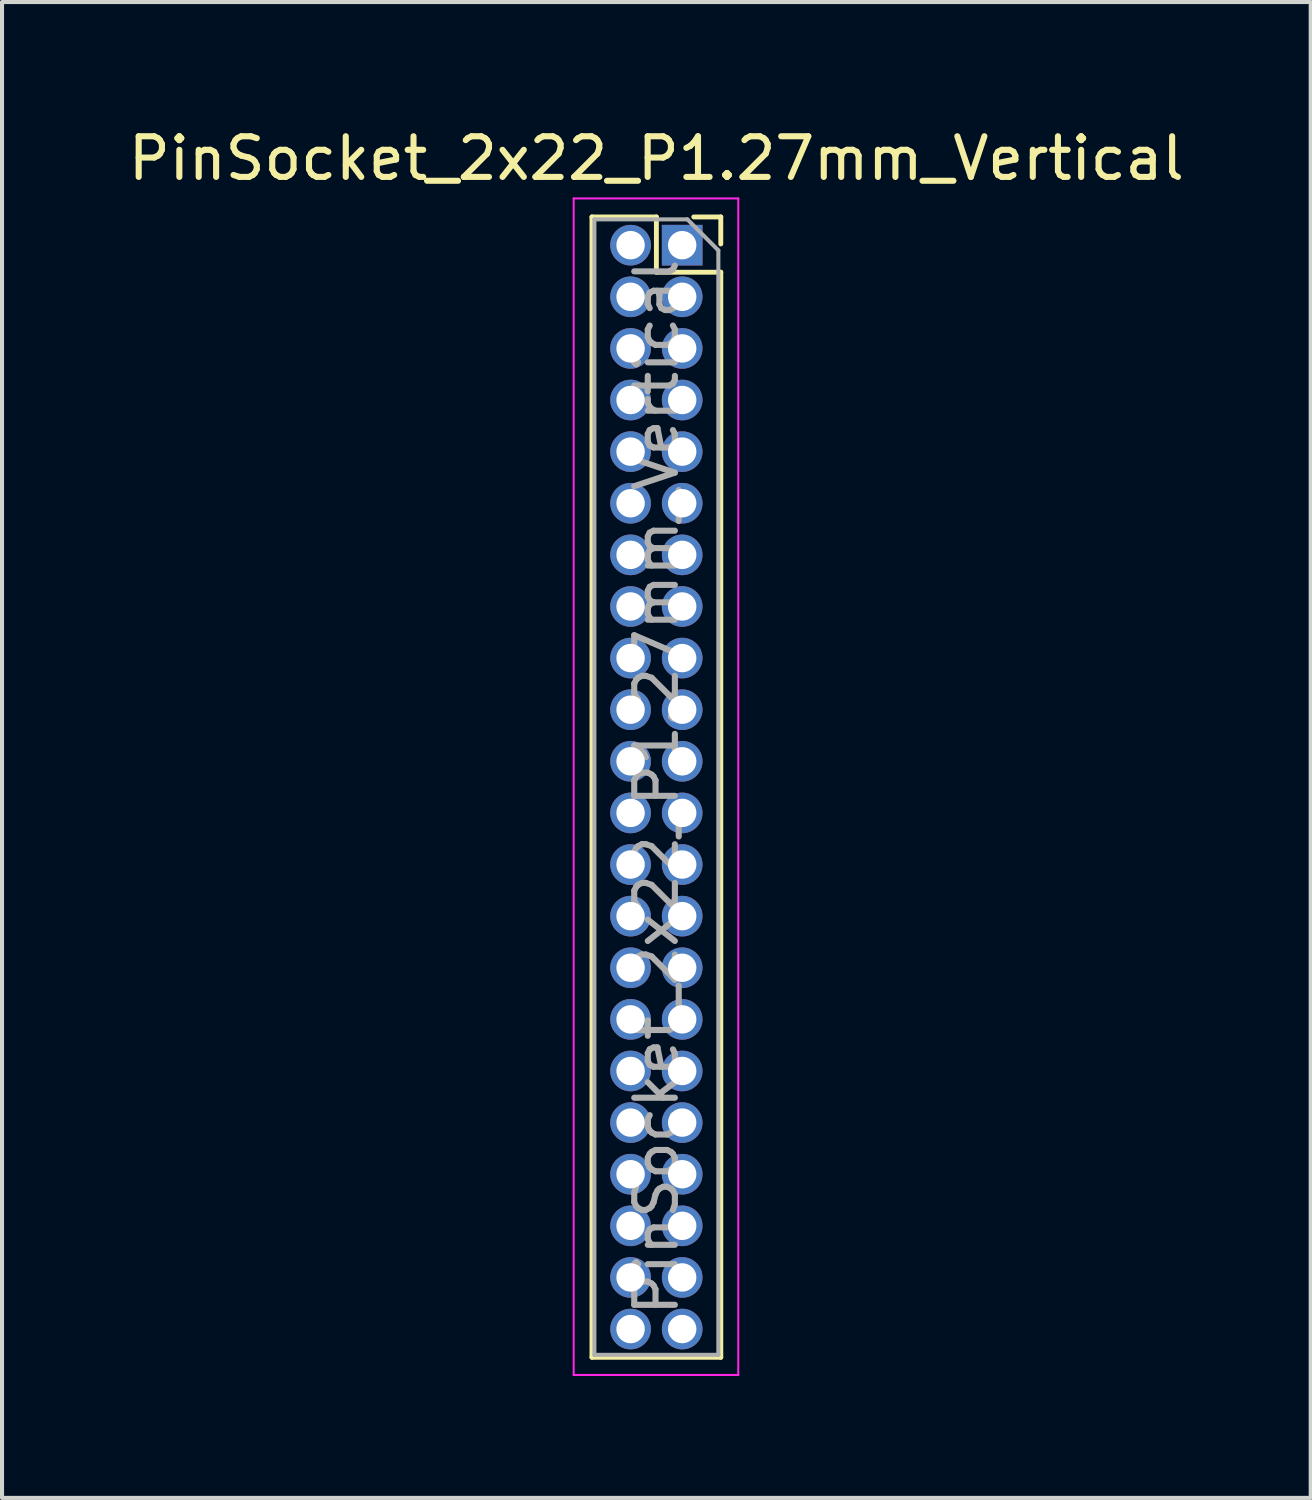
<source format=kicad_pcb>
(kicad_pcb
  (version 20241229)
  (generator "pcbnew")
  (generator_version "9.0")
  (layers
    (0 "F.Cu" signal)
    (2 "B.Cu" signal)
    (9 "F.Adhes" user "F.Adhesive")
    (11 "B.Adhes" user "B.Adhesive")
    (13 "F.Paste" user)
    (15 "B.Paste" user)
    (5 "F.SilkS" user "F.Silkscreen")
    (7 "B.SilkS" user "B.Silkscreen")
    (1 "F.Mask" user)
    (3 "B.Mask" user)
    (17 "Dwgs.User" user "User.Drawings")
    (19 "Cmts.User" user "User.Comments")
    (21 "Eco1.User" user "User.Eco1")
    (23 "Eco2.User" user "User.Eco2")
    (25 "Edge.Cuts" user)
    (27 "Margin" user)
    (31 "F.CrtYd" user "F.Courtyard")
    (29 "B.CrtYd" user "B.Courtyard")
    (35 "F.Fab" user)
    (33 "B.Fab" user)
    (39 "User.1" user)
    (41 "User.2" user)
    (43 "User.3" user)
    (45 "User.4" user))
  (footprint "PinSocket_2x22_P1.27mm_Vertical"
    (layer "F.Cu")
    (at 13.736 2.983)
    (property "Reference" "PinSocket_2x22_P1.27mm_Vertical" (at -0.635 -2.135 0) (layer "F.SilkS") (effects (font (size 1 1) (thickness 0.15))))
    (attr through_hole)
    (fp_line (start -2.22 -0.695) (end -2.22 27.365) (stroke (width 0.12) (type solid)) (layer "F.SilkS"))
    (fp_line (start -2.22 27.365) (end 0.95 27.365) (stroke (width 0.12) (type solid)) (layer "F.SilkS"))
    (fp_line (start -0.635 -0.695) (end -2.22 -0.695) (stroke (width 0.12) (type solid)) (layer "F.SilkS"))
    (fp_line (start -0.635 0.665) (end -0.635 -0.695) (stroke (width 0.12) (type solid)) (layer "F.SilkS"))
    (fp_line (start 0.95 -0.695) (end 0.285 -0.695) (stroke (width 0.12) (type solid)) (layer "F.SilkS"))
    (fp_line (start 0.95 -0.03) (end 0.95 -0.695) (stroke (width 0.12) (type solid)) (layer "F.SilkS"))
    (fp_line (start 0.95 0.665) (end -0.635 0.665) (stroke (width 0.12) (type solid)) (layer "F.SilkS"))
    (fp_line (start 0.95 27.365) (end 0.95 0.665) (stroke (width 0.12) (type solid)) (layer "F.SilkS"))
    (fp_line (start -2.67 -1.15) (end 1.38 -1.15) (stroke (width 0.05) (type solid)) (layer "F.CrtYd"))
    (fp_line (start -2.67 27.8) (end -2.67 -1.15) (stroke (width 0.05) (type solid)) (layer "F.CrtYd"))
    (fp_line (start 1.38 -1.15) (end 1.38 27.8) (stroke (width 0.05) (type solid)) (layer "F.CrtYd"))
    (fp_line (start 1.38 27.8) (end -2.67 27.8) (stroke (width 0.05) (type solid)) (layer "F.CrtYd"))
    (fp_line (start -2.16 -0.635) (end 0.128 -0.635) (stroke (width 0.1) (type solid)) (layer "F.Fab"))
    (fp_line (start -2.16 27.305) (end -2.16 -0.635) (stroke (width 0.1) (type solid)) (layer "F.Fab"))
    (fp_line (start 0.128 -0.635) (end 0.89 0.128) (stroke (width 0.1) (type solid)) (layer "F.Fab"))
    (fp_line (start 0.89 0.128) (end 0.89 27.305) (stroke (width 0.1) (type solid)) (layer "F.Fab"))
    (fp_line (start 0.89 27.305) (end -2.16 27.305) (stroke (width 0.1) (type solid)) (layer "F.Fab"))
    (fp_text user "${REFERENCE}" (at -0.635 13.335 90) (layer "F.Fab") (effects (font (size 1 1) (thickness 0.15))))
    (pad "1" thru_hole rect (at 0 0) (size 1 1) (drill 0.7) (layers "*.Cu" "*.Mask"))
    (pad "2" thru_hole oval (at -1.27 0) (size 1 1) (drill 0.7) (layers "*.Cu" "*.Mask"))
    (pad "3" thru_hole oval (at 0 1.27) (size 1 1) (drill 0.7) (layers "*.Cu" "*.Mask"))
    (pad "4" thru_hole oval (at -1.27 1.27) (size 1 1) (drill 0.7) (layers "*.Cu" "*.Mask"))
    (pad "5" thru_hole oval (at 0 2.54) (size 1 1) (drill 0.7) (layers "*.Cu" "*.Mask"))
    (pad "6" thru_hole oval (at -1.27 2.54) (size 1 1) (drill 0.7) (layers "*.Cu" "*.Mask"))
    (pad "7" thru_hole oval (at 0 3.81) (size 1 1) (drill 0.7) (layers "*.Cu" "*.Mask"))
    (pad "8" thru_hole oval (at -1.27 3.81) (size 1 1) (drill 0.7) (layers "*.Cu" "*.Mask"))
    (pad "9" thru_hole oval (at 0 5.08) (size 1 1) (drill 0.7) (layers "*.Cu" "*.Mask"))
    (pad "10" thru_hole oval (at -1.27 5.08) (size 1 1) (drill 0.7) (layers "*.Cu" "*.Mask"))
    (pad "11" thru_hole oval (at 0 6.35) (size 1 1) (drill 0.7) (layers "*.Cu" "*.Mask"))
    (pad "12" thru_hole oval (at -1.27 6.35) (size 1 1) (drill 0.7) (layers "*.Cu" "*.Mask"))
    (pad "13" thru_hole oval (at 0 7.62) (size 1 1) (drill 0.7) (layers "*.Cu" "*.Mask"))
    (pad "14" thru_hole oval (at -1.27 7.62) (size 1 1) (drill 0.7) (layers "*.Cu" "*.Mask"))
    (pad "15" thru_hole oval (at 0 8.89) (size 1 1) (drill 0.7) (layers "*.Cu" "*.Mask"))
    (pad "16" thru_hole oval (at -1.27 8.89) (size 1 1) (drill 0.7) (layers "*.Cu" "*.Mask"))
    (pad "17" thru_hole oval (at 0 10.16) (size 1 1) (drill 0.7) (layers "*.Cu" "*.Mask"))
    (pad "18" thru_hole oval (at -1.27 10.16) (size 1 1) (drill 0.7) (layers "*.Cu" "*.Mask"))
    (pad "19" thru_hole oval (at 0 11.43) (size 1 1) (drill 0.7) (layers "*.Cu" "*.Mask"))
    (pad "20" thru_hole oval (at -1.27 11.43) (size 1 1) (drill 0.7) (layers "*.Cu" "*.Mask"))
    (pad "21" thru_hole oval (at 0 12.7) (size 1 1) (drill 0.7) (layers "*.Cu" "*.Mask"))
    (pad "22" thru_hole oval (at -1.27 12.7) (size 1 1) (drill 0.7) (layers "*.Cu" "*.Mask"))
    (pad "23" thru_hole oval (at 0 13.97) (size 1 1) (drill 0.7) (layers "*.Cu" "*.Mask"))
    (pad "24" thru_hole oval (at -1.27 13.97) (size 1 1) (drill 0.7) (layers "*.Cu" "*.Mask"))
    (pad "25" thru_hole oval (at 0 15.24) (size 1 1) (drill 0.7) (layers "*.Cu" "*.Mask"))
    (pad "26" thru_hole oval (at -1.27 15.24) (size 1 1) (drill 0.7) (layers "*.Cu" "*.Mask"))
    (pad "27" thru_hole oval (at 0 16.51) (size 1 1) (drill 0.7) (layers "*.Cu" "*.Mask"))
    (pad "28" thru_hole oval (at -1.27 16.51) (size 1 1) (drill 0.7) (layers "*.Cu" "*.Mask"))
    (pad "29" thru_hole oval (at 0 17.78) (size 1 1) (drill 0.7) (layers "*.Cu" "*.Mask"))
    (pad "30" thru_hole oval (at -1.27 17.78) (size 1 1) (drill 0.7) (layers "*.Cu" "*.Mask"))
    (pad "31" thru_hole oval (at 0 19.05) (size 1 1) (drill 0.7) (layers "*.Cu" "*.Mask"))
    (pad "32" thru_hole oval (at -1.27 19.05) (size 1 1) (drill 0.7) (layers "*.Cu" "*.Mask"))
    (pad "33" thru_hole oval (at 0 20.32) (size 1 1) (drill 0.7) (layers "*.Cu" "*.Mask"))
    (pad "34" thru_hole oval (at -1.27 20.32) (size 1 1) (drill 0.7) (layers "*.Cu" "*.Mask"))
    (pad "35" thru_hole oval (at 0 21.59) (size 1 1) (drill 0.7) (layers "*.Cu" "*.Mask"))
    (pad "36" thru_hole oval (at -1.27 21.59) (size 1 1) (drill 0.7) (layers "*.Cu" "*.Mask"))
    (pad "37" thru_hole oval (at 0 22.86) (size 1 1) (drill 0.7) (layers "*.Cu" "*.Mask"))
    (pad "38" thru_hole oval (at -1.27 22.86) (size 1 1) (drill 0.7) (layers "*.Cu" "*.Mask"))
    (pad "39" thru_hole oval (at 0 24.13) (size 1 1) (drill 0.7) (layers "*.Cu" "*.Mask"))
    (pad "40" thru_hole oval (at -1.27 24.13) (size 1 1) (drill 0.7) (layers "*.Cu" "*.Mask"))
    (pad "41" thru_hole oval (at 0 25.4) (size 1 1) (drill 0.7) (layers "*.Cu" "*.Mask"))
    (pad "42" thru_hole oval (at -1.27 25.4) (size 1 1) (drill 0.7) (layers "*.Cu" "*.Mask"))
    (pad "43" thru_hole oval (at 0 26.67) (size 1 1) (drill 0.7) (layers "*.Cu" "*.Mask"))
    (pad "44" thru_hole oval (at -1.27 26.67) (size 1 1) (drill 0.7) (layers "*.Cu" "*.Mask")))
  (gr_rect
    (start -3 -3)
    (end 29.202 33.808)
    (stroke (width 0.1) (type default))
    (fill no)
    (layer "Edge.Cuts")))
</source>
